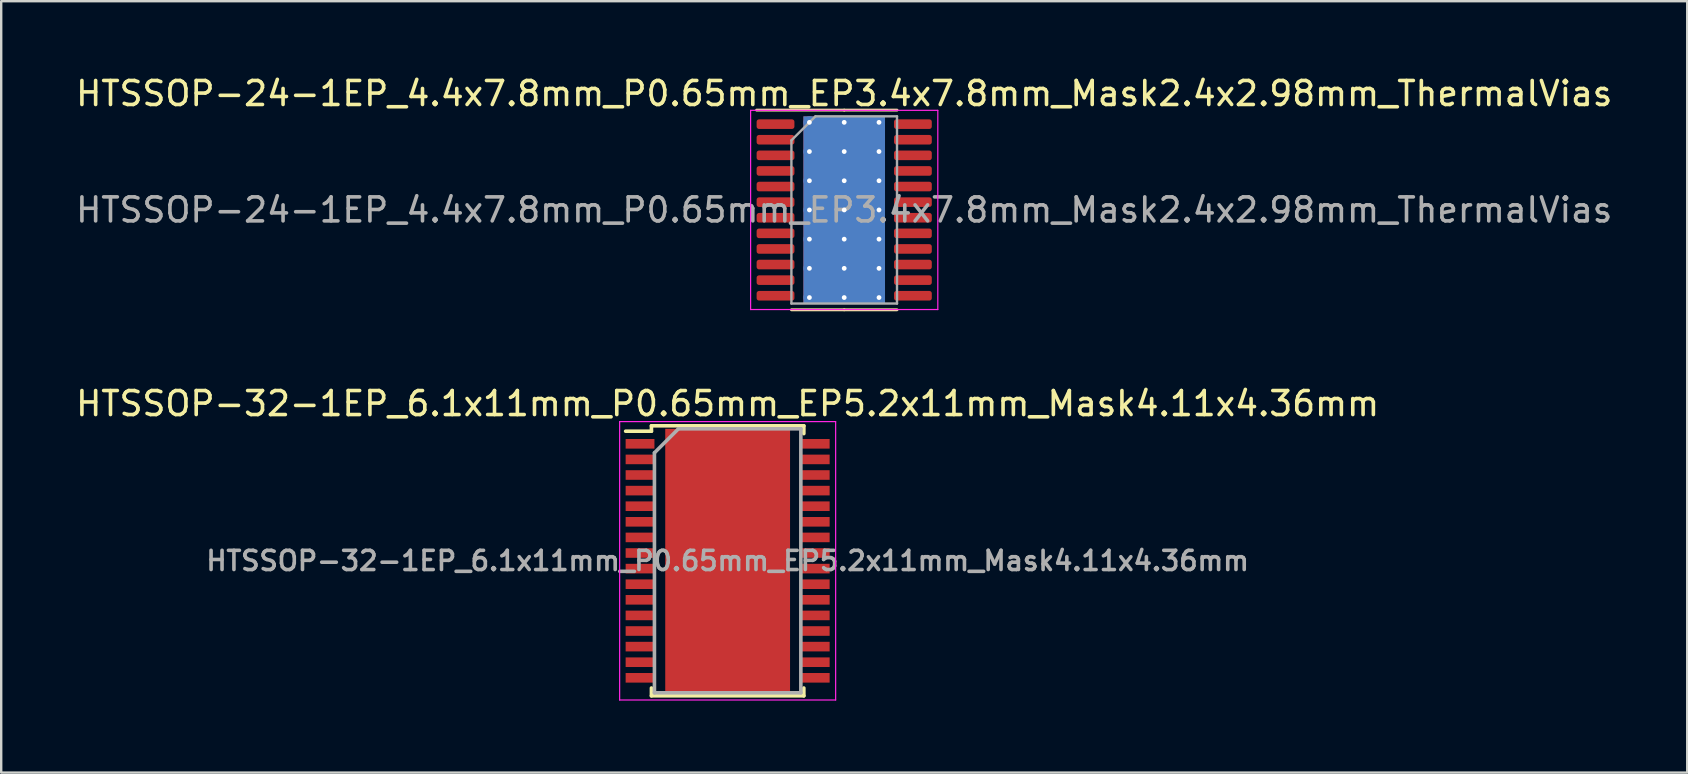
<source format=kicad_pcb>
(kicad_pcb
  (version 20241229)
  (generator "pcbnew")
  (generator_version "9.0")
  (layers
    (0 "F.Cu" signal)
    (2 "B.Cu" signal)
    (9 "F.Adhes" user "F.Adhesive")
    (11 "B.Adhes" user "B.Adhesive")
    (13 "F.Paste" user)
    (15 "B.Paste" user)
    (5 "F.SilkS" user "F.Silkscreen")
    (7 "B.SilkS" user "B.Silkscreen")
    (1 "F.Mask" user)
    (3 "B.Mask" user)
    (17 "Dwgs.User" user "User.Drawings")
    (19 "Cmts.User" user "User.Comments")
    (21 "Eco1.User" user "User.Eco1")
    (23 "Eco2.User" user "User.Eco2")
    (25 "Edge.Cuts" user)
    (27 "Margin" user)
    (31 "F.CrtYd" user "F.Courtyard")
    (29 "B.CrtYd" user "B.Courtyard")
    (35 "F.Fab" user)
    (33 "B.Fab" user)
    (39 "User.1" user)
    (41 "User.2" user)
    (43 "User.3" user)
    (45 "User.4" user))
  (footprint "HTSSOP-24-1EP_4.4x7.8mm_P0.65mm_EP3.4x7.8mm_Mask2.4x2.98mm_ThermalVias"
    (layer "F.Cu")
    (at 32.125 5.698)
    (property "Reference" "HTSSOP-24-1EP_4.4x7.8mm_P0.65mm_EP3.4x7.8mm_Mask2.4x2.98mm_ThermalVias" (at 0 -4.85 0) (layer "F.SilkS") (effects (font (size 1 1) (thickness 0.15))))
    (attr smd)
    (fp_line (start 0 -4.16) (end -3.65 -4.16) (stroke (width 0.12) (type solid)) (layer "F.SilkS"))
    (fp_line (start 0 -4.16) (end 2.2 -4.16) (stroke (width 0.12) (type solid)) (layer "F.SilkS"))
    (fp_line (start 0 4.16) (end -2.2 4.16) (stroke (width 0.12) (type solid)) (layer "F.SilkS"))
    (fp_line (start 0 4.16) (end 2.2 4.16) (stroke (width 0.12) (type solid)) (layer "F.SilkS"))
    (fp_line (start -3.9 -4.15) (end -3.9 4.15) (stroke (width 0.05) (type solid)) (layer "F.CrtYd"))
    (fp_line (start -3.9 4.15) (end 3.9 4.15) (stroke (width 0.05) (type solid)) (layer "F.CrtYd"))
    (fp_line (start 3.9 -4.15) (end -3.9 -4.15) (stroke (width 0.05) (type solid)) (layer "F.CrtYd"))
    (fp_line (start 3.9 4.15) (end 3.9 -4.15) (stroke (width 0.05) (type solid)) (layer "F.CrtYd"))
    (fp_line (start -2.2 -2.9) (end -1.2 -3.9) (stroke (width 0.1) (type solid)) (layer "F.Fab"))
    (fp_line (start -2.2 3.9) (end -2.2 -2.9) (stroke (width 0.1) (type solid)) (layer "F.Fab"))
    (fp_line (start -1.2 -3.9) (end 2.2 -3.9) (stroke (width 0.1) (type solid)) (layer "F.Fab"))
    (fp_line (start 2.2 -3.9) (end 2.2 3.9) (stroke (width 0.1) (type solid)) (layer "F.Fab"))
    (fp_line (start 2.2 3.9) (end -2.2 3.9) (stroke (width 0.1) (type solid)) (layer "F.Fab"))
    (fp_text user "${REFERENCE}" (at 0 0 0) (layer "F.Fab") (effects (font (size 1 1) (thickness 0.15))))
    (pad "" smd roundrect (at 0 0) (size 1.93 2.4) (layers "F.Paste") (roundrect_rratio 0.13))
    (pad "" smd rect (at 0 0) (size 2.4 2.98) (layers "F.Mask"))
    (pad "1" smd roundrect (at -2.862 -3.575) (size 1.575 0.4) (layers "F.Cu" "F.Mask" "F.Paste") (roundrect_rratio 0.25))
    (pad "2" smd roundrect (at -2.862 -2.925) (size 1.575 0.4) (layers "F.Cu" "F.Mask" "F.Paste") (roundrect_rratio 0.25))
    (pad "3" smd roundrect (at -2.862 -2.275) (size 1.575 0.4) (layers "F.Cu" "F.Mask" "F.Paste") (roundrect_rratio 0.25))
    (pad "4" smd roundrect (at -2.862 -1.625) (size 1.575 0.4) (layers "F.Cu" "F.Mask" "F.Paste") (roundrect_rratio 0.25))
    (pad "5" smd roundrect (at -2.862 -0.975) (size 1.575 0.4) (layers "F.Cu" "F.Mask" "F.Paste") (roundrect_rratio 0.25))
    (pad "6" smd roundrect (at -2.862 -0.325) (size 1.575 0.4) (layers "F.Cu" "F.Mask" "F.Paste") (roundrect_rratio 0.25))
    (pad "7" smd roundrect (at -2.862 0.325) (size 1.575 0.4) (layers "F.Cu" "F.Mask" "F.Paste") (roundrect_rratio 0.25))
    (pad "8" smd roundrect (at -2.862 0.975) (size 1.575 0.4) (layers "F.Cu" "F.Mask" "F.Paste") (roundrect_rratio 0.25))
    (pad "9" smd roundrect (at -2.862 1.625) (size 1.575 0.4) (layers "F.Cu" "F.Mask" "F.Paste") (roundrect_rratio 0.25))
    (pad "10" smd roundrect (at -2.862 2.275) (size 1.575 0.4) (layers "F.Cu" "F.Mask" "F.Paste") (roundrect_rratio 0.25))
    (pad "11" smd roundrect (at -2.862 2.925) (size 1.575 0.4) (layers "F.Cu" "F.Mask" "F.Paste") (roundrect_rratio 0.25))
    (pad "12" smd roundrect (at -2.862 3.575) (size 1.575 0.4) (layers "F.Cu" "F.Mask" "F.Paste") (roundrect_rratio 0.25))
    (pad "13" smd roundrect (at 2.862 3.575) (size 1.575 0.4) (layers "F.Cu" "F.Mask" "F.Paste") (roundrect_rratio 0.25))
    (pad "14" smd roundrect (at 2.862 2.925) (size 1.575 0.4) (layers "F.Cu" "F.Mask" "F.Paste") (roundrect_rratio 0.25))
    (pad "15" smd roundrect (at 2.862 2.275) (size 1.575 0.4) (layers "F.Cu" "F.Mask" "F.Paste") (roundrect_rratio 0.25))
    (pad "16" smd roundrect (at 2.862 1.625) (size 1.575 0.4) (layers "F.Cu" "F.Mask" "F.Paste") (roundrect_rratio 0.25))
    (pad "17" smd roundrect (at 2.862 0.975) (size 1.575 0.4) (layers "F.Cu" "F.Mask" "F.Paste") (roundrect_rratio 0.25))
    (pad "18" smd roundrect (at 2.862 0.325) (size 1.575 0.4) (layers "F.Cu" "F.Mask" "F.Paste") (roundrect_rratio 0.25))
    (pad "19" smd roundrect (at 2.862 -0.325) (size 1.575 0.4) (layers "F.Cu" "F.Mask" "F.Paste") (roundrect_rratio 0.25))
    (pad "20" smd roundrect (at 2.862 -0.975) (size 1.575 0.4) (layers "F.Cu" "F.Mask" "F.Paste") (roundrect_rratio 0.25))
    (pad "21" smd roundrect (at 2.862 -1.625) (size 1.575 0.4) (layers "F.Cu" "F.Mask" "F.Paste") (roundrect_rratio 0.25))
    (pad "22" smd roundrect (at 2.862 -2.275) (size 1.575 0.4) (layers "F.Cu" "F.Mask" "F.Paste") (roundrect_rratio 0.25))
    (pad "23" smd roundrect (at 2.862 -2.925) (size 1.575 0.4) (layers "F.Cu" "F.Mask" "F.Paste") (roundrect_rratio 0.25))
    (pad "24" smd roundrect (at 2.862 -3.575) (size 1.575 0.4) (layers "F.Cu" "F.Mask" "F.Paste") (roundrect_rratio 0.25))
    (pad "25" thru_hole circle (at -1.45 -3.65) (size 0.5 0.5) (drill 0.2) (layers "*.Cu"))
    (pad "25" thru_hole circle (at -1.45 -2.433) (size 0.5 0.5) (drill 0.2) (layers "*.Cu"))
    (pad "25" thru_hole circle (at -1.45 -1.217) (size 0.5 0.5) (drill 0.2) (layers "*.Cu"))
    (pad "25" thru_hole circle (at -1.45 0) (size 0.5 0.5) (drill 0.2) (layers "*.Cu"))
    (pad "25" thru_hole circle (at -1.45 1.217) (size 0.5 0.5) (drill 0.2) (layers "*.Cu"))
    (pad "25" thru_hole circle (at -1.45 2.433) (size 0.5 0.5) (drill 0.2) (layers "*.Cu"))
    (pad "25" thru_hole circle (at -1.45 3.65) (size 0.5 0.5) (drill 0.2) (layers "*.Cu"))
    (pad "25" thru_hole circle (at 0 -3.65) (size 0.5 0.5) (drill 0.2) (layers "*.Cu"))
    (pad "25" thru_hole circle (at 0 -2.433) (size 0.5 0.5) (drill 0.2) (layers "*.Cu"))
    (pad "25" thru_hole circle (at 0 -1.217) (size 0.5 0.5) (drill 0.2) (layers "*.Cu"))
    (pad "25" thru_hole circle (at 0 0) (size 0.5 0.5) (drill 0.2) (layers "*.Cu"))
    (pad "25" smd rect (at 0 0) (size 3.4 7.8) (layers "F.Cu"))
    (pad "25" smd rect (at 0 0) (size 3.4 7.8) (layers "B.Cu"))
    (pad "25" thru_hole circle (at 0 1.217) (size 0.5 0.5) (drill 0.2) (layers "*.Cu"))
    (pad "25" thru_hole circle (at 0 2.433) (size 0.5 0.5) (drill 0.2) (layers "*.Cu"))
    (pad "25" thru_hole circle (at 0 3.65) (size 0.5 0.5) (drill 0.2) (layers "*.Cu"))
    (pad "25" thru_hole circle (at 1.45 -3.65) (size 0.5 0.5) (drill 0.2) (layers "*.Cu"))
    (pad "25" thru_hole circle (at 1.45 -2.433) (size 0.5 0.5) (drill 0.2) (layers "*.Cu"))
    (pad "25" thru_hole circle (at 1.45 -1.217) (size 0.5 0.5) (drill 0.2) (layers "*.Cu"))
    (pad "25" thru_hole circle (at 1.45 0) (size 0.5 0.5) (drill 0.2) (layers "*.Cu"))
    (pad "25" thru_hole circle (at 1.45 1.217) (size 0.5 0.5) (drill 0.2) (layers "*.Cu"))
    (pad "25" thru_hole circle (at 1.45 2.433) (size 0.5 0.5) (drill 0.2) (layers "*.Cu"))
    (pad "25" thru_hole circle (at 1.45 3.65) (size 0.5 0.5) (drill 0.2) (layers "*.Cu")))
  (footprint "HTSSOP-32-1EP_6.1x11mm_P0.65mm_EP5.2x11mm_Mask4.11x4.36mm"
    (layer "F.Cu")
    (at 27.268 20.317)
    (property "Reference" "HTSSOP-32-1EP_6.1x11mm_P0.65mm_EP5.2x11mm_Mask4.11x4.36mm" (at 0 -6.55 0) (layer "F.SilkS") (effects (font (size 1 1) (thickness 0.15))))
    (attr smd)
    (fp_line (start -4.25 -5.4) (end -3.175 -5.4) (stroke (width 0.15) (type solid)) (layer "F.SilkS"))
    (fp_line (start -3.175 -5.625) (end 3.175 -5.625) (stroke (width 0.15) (type solid)) (layer "F.SilkS"))
    (fp_line (start -3.175 -5.4) (end -3.175 -5.625) (stroke (width 0.15) (type solid)) (layer "F.SilkS"))
    (fp_line (start -3.175 5.3) (end -3.175 5.625) (stroke (width 0.15) (type solid)) (layer "F.SilkS"))
    (fp_line (start -3.175 5.625) (end 3.175 5.625) (stroke (width 0.15) (type solid)) (layer "F.SilkS"))
    (fp_line (start 3.175 -5.625) (end 3.175 -5.3) (stroke (width 0.15) (type solid)) (layer "F.SilkS"))
    (fp_line (start 3.175 5.625) (end 3.175 5.3) (stroke (width 0.15) (type solid)) (layer "F.SilkS"))
    (fp_line (start -4.5 -5.8) (end -4.5 5.8) (stroke (width 0.05) (type solid)) (layer "F.CrtYd"))
    (fp_line (start -4.5 5.8) (end 4.5 5.8) (stroke (width 0.05) (type solid)) (layer "F.CrtYd"))
    (fp_line (start 4.5 -5.8) (end -4.5 -5.8) (stroke (width 0.05) (type solid)) (layer "F.CrtYd"))
    (fp_line (start 4.5 5.8) (end 4.5 -5.8) (stroke (width 0.05) (type solid)) (layer "F.CrtYd"))
    (fp_line (start -3.05 -4.5) (end -2.05 -5.5) (stroke (width 0.15) (type solid)) (layer "F.Fab"))
    (fp_line (start -3.05 5.5) (end -3.05 -4.5) (stroke (width 0.15) (type solid)) (layer "F.Fab"))
    (fp_line (start -2.05 -5.5) (end 3.05 -5.5) (stroke (width 0.15) (type solid)) (layer "F.Fab"))
    (fp_line (start 3.05 -5.5) (end 3.05 5.5) (stroke (width 0.15) (type solid)) (layer "F.Fab"))
    (fp_line (start 3.05 5.5) (end -3.05 5.5) (stroke (width 0.15) (type solid)) (layer "F.Fab"))
    (fp_text user "${REFERENCE}" (at 0 0 0) (layer "F.Fab") (effects (font (size 0.8 0.8) (thickness 0.15))))
    (pad "" smd rect (at -1.37 -1.46) (size 1.07 1.16) (layers "F.Paste"))
    (pad "" smd rect (at -1.37 0) (size 1.07 1.16) (layers "F.Paste"))
    (pad "" smd rect (at -1.37 1.46) (size 1.07 1.16) (layers "F.Paste"))
    (pad "" smd rect (at 0 -1.46) (size 1.07 1.16) (layers "F.Paste"))
    (pad "" smd rect (at 0 0) (size 1.07 1.16) (layers "F.Paste"))
    (pad "" smd rect (at 0 0) (size 4.11 4.36) (layers "F.Mask"))
    (pad "" smd rect (at 0 1.46) (size 1.07 1.16) (layers "F.Paste"))
    (pad "" smd rect (at 1.37 -1.46) (size 1.07 1.16) (layers "F.Paste"))
    (pad "" smd rect (at 1.37 0) (size 1.07 1.16) (layers "F.Paste"))
    (pad "" smd rect (at 1.37 1.46) (size 1.07 1.16) (layers "F.Paste"))
    (pad "1" smd rect (at -3.65 -4.875) (size 1.2 0.4) (layers "F.Cu" "F.Mask" "F.Paste"))
    (pad "2" smd rect (at -3.65 -4.225) (size 1.2 0.4) (layers "F.Cu" "F.Mask" "F.Paste"))
    (pad "3" smd rect (at -3.65 -3.575) (size 1.2 0.4) (layers "F.Cu" "F.Mask" "F.Paste"))
    (pad "4" smd rect (at -3.65 -2.925) (size 1.2 0.4) (layers "F.Cu" "F.Mask" "F.Paste"))
    (pad "5" smd rect (at -3.65 -2.275) (size 1.2 0.4) (layers "F.Cu" "F.Mask" "F.Paste"))
    (pad "6" smd rect (at -3.65 -1.625) (size 1.2 0.4) (layers "F.Cu" "F.Mask" "F.Paste"))
    (pad "7" smd rect (at -3.65 -0.975) (size 1.2 0.4) (layers "F.Cu" "F.Mask" "F.Paste"))
    (pad "8" smd rect (at -3.65 -0.325) (size 1.2 0.4) (layers "F.Cu" "F.Mask" "F.Paste"))
    (pad "9" smd rect (at -3.65 0.325) (size 1.2 0.4) (layers "F.Cu" "F.Mask" "F.Paste"))
    (pad "10" smd rect (at -3.65 0.975) (size 1.2 0.4) (layers "F.Cu" "F.Mask" "F.Paste"))
    (pad "11" smd rect (at -3.65 1.625) (size 1.2 0.4) (layers "F.Cu" "F.Mask" "F.Paste"))
    (pad "12" smd rect (at -3.65 2.275) (size 1.2 0.4) (layers "F.Cu" "F.Mask" "F.Paste"))
    (pad "13" smd rect (at -3.65 2.925) (size 1.2 0.4) (layers "F.Cu" "F.Mask" "F.Paste"))
    (pad "14" smd rect (at -3.65 3.575) (size 1.2 0.4) (layers "F.Cu" "F.Mask" "F.Paste"))
    (pad "15" smd rect (at -3.65 4.225) (size 1.2 0.4) (layers "F.Cu" "F.Mask" "F.Paste"))
    (pad "16" smd rect (at -3.65 4.875) (size 1.2 0.4) (layers "F.Cu" "F.Mask" "F.Paste"))
    (pad "17" smd rect (at 3.65 4.875) (size 1.2 0.4) (layers "F.Cu" "F.Mask" "F.Paste"))
    (pad "18" smd rect (at 3.65 4.225) (size 1.2 0.4) (layers "F.Cu" "F.Mask" "F.Paste"))
    (pad "19" smd rect (at 3.65 3.575) (size 1.2 0.4) (layers "F.Cu" "F.Mask" "F.Paste"))
    (pad "20" smd rect (at 3.65 2.925) (size 1.2 0.4) (layers "F.Cu" "F.Mask" "F.Paste"))
    (pad "21" smd rect (at 3.65 2.275) (size 1.2 0.4) (layers "F.Cu" "F.Mask" "F.Paste"))
    (pad "22" smd rect (at 3.65 1.625) (size 1.2 0.4) (layers "F.Cu" "F.Mask" "F.Paste"))
    (pad "23" smd rect (at 3.65 0.975) (size 1.2 0.4) (layers "F.Cu" "F.Mask" "F.Paste"))
    (pad "24" smd rect (at 3.65 0.325) (size 1.2 0.4) (layers "F.Cu" "F.Mask" "F.Paste"))
    (pad "25" smd rect (at 3.65 -0.325) (size 1.2 0.4) (layers "F.Cu" "F.Mask" "F.Paste"))
    (pad "26" smd rect (at 3.65 -0.975) (size 1.2 0.4) (layers "F.Cu" "F.Mask" "F.Paste"))
    (pad "27" smd rect (at 3.65 -1.625) (size 1.2 0.4) (layers "F.Cu" "F.Mask" "F.Paste"))
    (pad "28" smd rect (at 3.65 -2.275) (size 1.2 0.4) (layers "F.Cu" "F.Mask" "F.Paste"))
    (pad "29" smd rect (at 3.65 -2.925) (size 1.2 0.4) (layers "F.Cu" "F.Mask" "F.Paste"))
    (pad "30" smd rect (at 3.65 -3.575) (size 1.2 0.4) (layers "F.Cu" "F.Mask" "F.Paste"))
    (pad "31" smd rect (at 3.65 -4.225) (size 1.2 0.4) (layers "F.Cu" "F.Mask" "F.Paste"))
    (pad "32" smd rect (at 3.65 -4.875) (size 1.2 0.4) (layers "F.Cu" "F.Mask" "F.Paste"))
    (pad "33" smd rect (at 0 0) (size 5.2 11) (layers "F.Cu")))
  (gr_rect
    (start -3 -3)
    (end 67.25 29.142)
    (stroke (width 0.1) (type default))
    (fill no)
    (layer "Edge.Cuts")))
</source>
